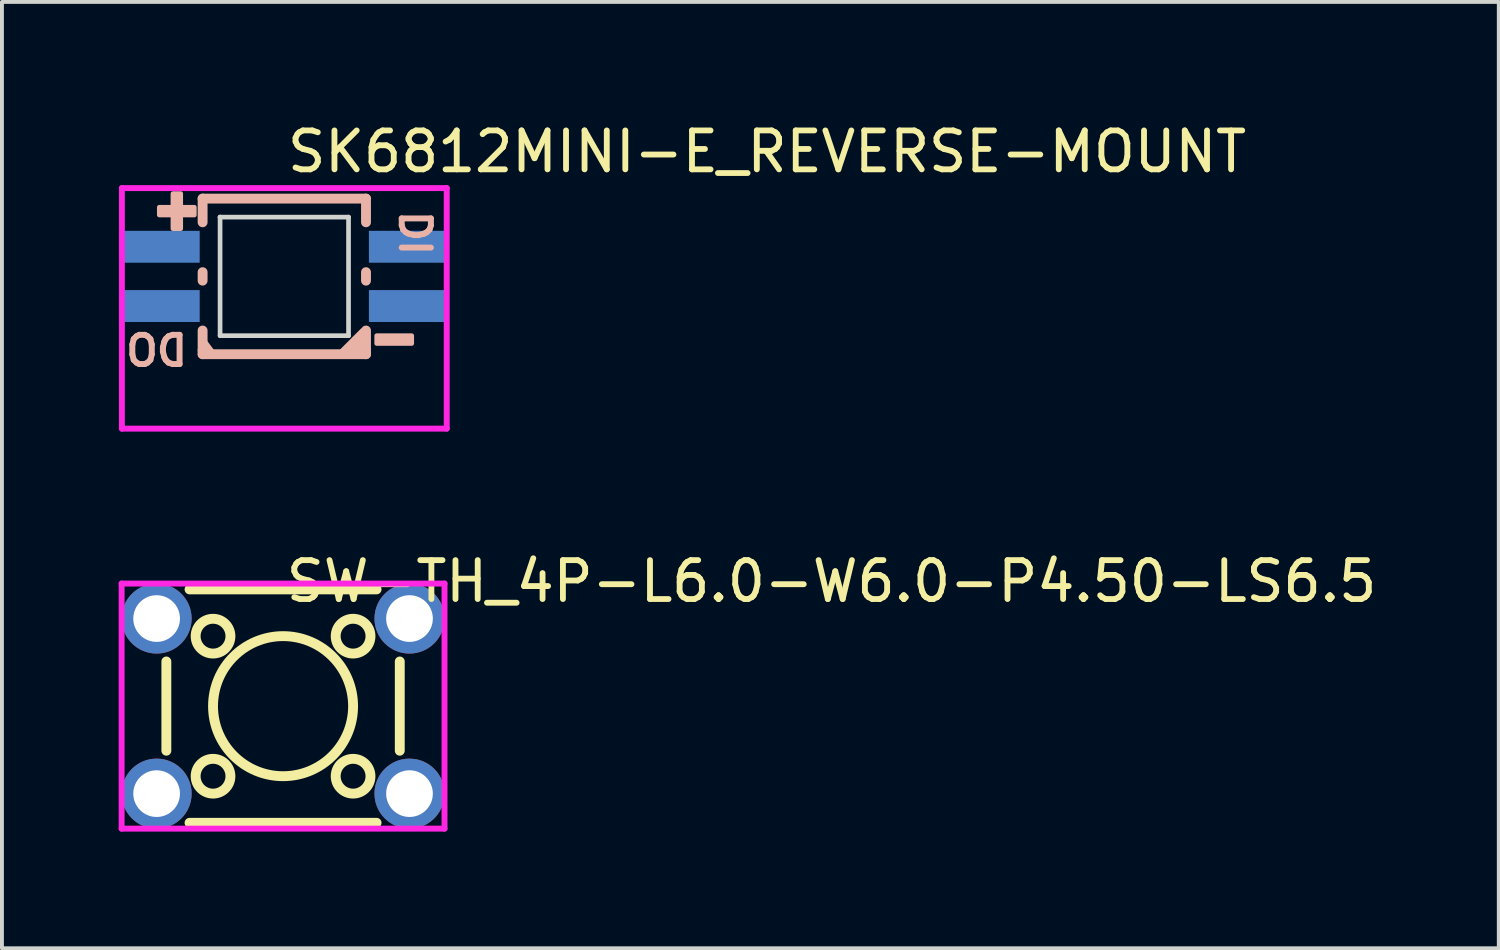
<source format=kicad_pcb>
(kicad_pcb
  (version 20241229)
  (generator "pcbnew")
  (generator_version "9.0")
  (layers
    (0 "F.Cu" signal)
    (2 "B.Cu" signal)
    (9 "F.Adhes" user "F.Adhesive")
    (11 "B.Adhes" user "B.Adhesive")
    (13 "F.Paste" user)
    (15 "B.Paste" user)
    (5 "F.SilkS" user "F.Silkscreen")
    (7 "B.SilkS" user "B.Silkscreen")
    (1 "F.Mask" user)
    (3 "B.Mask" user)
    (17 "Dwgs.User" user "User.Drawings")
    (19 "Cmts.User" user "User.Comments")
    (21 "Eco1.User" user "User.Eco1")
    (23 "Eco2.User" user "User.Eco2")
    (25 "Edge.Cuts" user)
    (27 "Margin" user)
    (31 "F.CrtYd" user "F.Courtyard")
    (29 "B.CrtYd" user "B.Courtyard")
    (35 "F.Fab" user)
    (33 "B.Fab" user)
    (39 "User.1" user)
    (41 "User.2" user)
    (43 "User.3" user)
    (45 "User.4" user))
  (footprint "SW-TH_4P-L6.0-W6.0-P4.50-LS6.5"
    (layer "F.Cu")
    (at 4.226 15.1)
    (property "Reference" "SW-TH_4P-L6.0-W6.0-P4.50-LS6.5" (at 0 -3.207 0) (layer "F.SilkS") (effects (font (size 1 1) (thickness 0.15)) (justify left)))
    (attr through_hole)
    (fp_line (start -3 1.147) (end -3 -1.147) (stroke (width 0.254) (type solid)) (layer "F.SilkS"))
    (fp_line (start -2.404 -3) (end 2.404 -3) (stroke (width 0.254) (type solid)) (layer "F.SilkS"))
    (fp_line (start 2.404 3) (end -2.404 3) (stroke (width 0.254) (type solid)) (layer "F.SilkS"))
    (fp_line (start 3 -1.147) (end 3 1.147) (stroke (width 0.254) (type solid)) (layer "F.SilkS"))
    (fp_arc (start -1.353 -1.795) (mid -2.247021 -1.802581) (end -1.352972 -1.799838) (stroke (width 0.254) (type solid)) (layer "F.SilkS"))
    (fp_arc (start -1.353 1.805) (mid -2.247021 1.797419) (end -1.352972 1.800162) (stroke (width 0.254) (type solid)) (layer "F.SilkS"))
    (fp_arc (start 1.8 0.004) (mid -1.800004 -0.001801) (end 1.800004 -0.000399) (stroke (width 0.254) (type solid)) (layer "F.SilkS"))
    (fp_arc (start 2.247 -1.795) (mid 1.352979 -1.802581) (end 2.247028 -1.799838) (stroke (width 0.254) (type solid)) (layer "F.SilkS"))
    (fp_arc (start 2.247 1.805) (mid 1.352979 1.797419) (end 2.247028 1.800162) (stroke (width 0.254) (type solid)) (layer "F.SilkS"))
    (fp_line (start -4.15 -3.15) (end 4.15 -3.15) (stroke (width 0.152) (type solid)) (layer "F.CrtYd"))
    (fp_line (start -4.15 3.15) (end -4.15 -3.15) (stroke (width 0.152) (type solid)) (layer "F.CrtYd"))
    (fp_line (start 4.15 -3.15) (end 4.15 3.15) (stroke (width 0.152) (type solid)) (layer "F.CrtYd"))
    (fp_line (start 4.15 3.15) (end -4.15 3.15) (stroke (width 0.152) (type solid)) (layer "F.CrtYd"))
    (pad "1" thru_hole circle (at -3.25 -2.25) (size 1.8 1.8) (drill oval 1.2) (layers "*.Cu" "*.Mask"))
    (pad "2" thru_hole circle (at 3.25 -2.25) (size 1.8 1.8) (drill oval 1.2) (layers "*.Cu" "*.Mask"))
    (pad "3" thru_hole circle (at -3.25 2.25) (size 1.8 1.8) (drill oval 1.2) (layers "*.Cu" "*.Mask"))
    (pad "4" thru_hole circle (at 3.25 2.25) (size 1.8 1.8) (drill oval 1.2) (layers "*.Cu" "*.Mask")))
  (footprint "SK6812MINI-E_REVERSE-MOUNT"
    (layer "F.Cu")
    (at 4.258 4.055)
    (property "Reference" "SK6812MINI-E_REVERSE-MOUNT" (at 0 -3.207 0) (layer "F.SilkS") (effects (font (size 1 1) (thickness 0.15)) (justify left)))
    (attr through_hole)
    (fp_line (start -2.1 -2) (end -2.1 -1.391) (stroke (width 0.254) (type solid)) (layer "B.SilkS"))
    (fp_line (start -2.1 -2) (end 2.1 -2) (stroke (width 0.254) (type solid)) (layer "B.SilkS"))
    (fp_line (start -2.1 -0.109) (end -2.1 0.109) (stroke (width 0.254) (type solid)) (layer "B.SilkS"))
    (fp_line (start -2.1 1.391) (end -2.1 1.9) (stroke (width 0.254) (type solid)) (layer "B.SilkS"))
    (fp_line (start -2.1 1.9) (end -2.1 2) (stroke (width 0.254) (type solid)) (layer "B.SilkS"))
    (fp_line (start 2.1 -2) (end 2.1 -1.391) (stroke (width 0.254) (type solid)) (layer "B.SilkS"))
    (fp_line (start 2.1 -0.109) (end 2.1 0.109) (stroke (width 0.254) (type solid)) (layer "B.SilkS"))
    (fp_line (start 2.1 1.391) (end 2.1 1.9) (stroke (width 0.254) (type solid)) (layer "B.SilkS"))
    (fp_line (start 2.1 1.9) (end 2.1 2) (stroke (width 0.254) (type solid)) (layer "B.SilkS"))
    (fp_line (start 2.1 2) (end -2.1 2) (stroke (width 0.254) (type solid)) (layer "B.SilkS"))
    (fp_poly (pts (xy -2.1 1.6) (xy -2.1 2) (xy -1.8 2) (xy -2.1 1.6)) (stroke (width 0.12) (type solid)) (fill yes) (layer "B.SilkS"))
    (fp_poly (pts (xy 2.1 1.391) (xy 2.006 1.391) (xy 1.397 2) (xy 2.1 2) (xy 2.1 1.391)) (stroke (width 0.12) (type solid)) (fill yes) (layer "B.SilkS"))
    (fp_poly (pts (xy -2.663 -1.328) (xy -2.663 -2.128) (xy -2.863 -2.128) (xy -2.863 -1.228) (xy -2.763 -1.228) (xy -2.663 -1.228) (xy -2.663 -1.328)) (stroke (width 0.12) (type solid)) (fill yes) (layer "B.SilkS"))
    (fp_poly (pts (xy -2.413 -1.778) (xy -3.213 -1.778) (xy -3.213 -1.578) (xy -2.313 -1.578) (xy -2.313 -1.678) (xy -2.313 -1.778) (xy -2.413 -1.778)) (stroke (width 0.12) (type solid)) (fill yes) (layer "B.SilkS"))
    (fp_poly (pts (xy 3.175 1.524) (xy 2.375 1.524) (xy 2.375 1.724) (xy 3.275 1.724) (xy 3.275 1.624) (xy 3.275 1.524) (xy 3.175 1.524)) (stroke (width 0.12) (type solid)) (fill yes) (layer "B.SilkS"))
    (fp_line (start -1.651 -1.524) (end -1.651 -1.524) (stroke (width 0.12) (type solid)) (layer "Edge.Cuts"))
    (fp_line (start -1.651 -1.524) (end -1.651 1.524) (stroke (width 0.12) (type solid)) (layer "Edge.Cuts"))
    (fp_line (start -1.651 1.524) (end 1.651 1.524) (stroke (width 0.12) (type solid)) (layer "Edge.Cuts"))
    (fp_line (start 1.651 -1.524) (end -1.651 -1.524) (stroke (width 0.12) (type solid)) (layer "Edge.Cuts"))
    (fp_line (start 1.651 1.524) (end 1.651 -1.524) (stroke (width 0.12) (type solid)) (layer "Edge.Cuts"))
    (fp_line (start -4.175 -2.27) (end 4.175 -2.27) (stroke (width 0.152) (type solid)) (layer "F.CrtYd"))
    (fp_line (start -4.175 3.913) (end -4.175 -2.27) (stroke (width 0.152) (type solid)) (layer "F.CrtYd"))
    (fp_line (start 4.175 -2.27) (end 4.175 3.913) (stroke (width 0.152) (type solid)) (layer "F.CrtYd"))
    (fp_line (start 4.175 3.913) (end -4.175 3.913) (stroke (width 0.152) (type solid)) (layer "F.CrtYd"))
    (fp_text user "DO" (at -2.413 1.913 0) (layer "B.SilkS") (effects (font (size 0.75 0.75) (thickness 0.153)) (justify left mirror)))
    (fp_text user "DI" (at 3.429 -1.77 270) (layer "B.SilkS") (effects (font (size 0.75 0.75) (thickness 0.153)) (justify left mirror)))
    (pad "P$1" smd rect (at -3.175 -0.762) (size 2 0.82) (layers "B.Cu" "B.Mask" "B.Paste"))
    (pad "P$2" smd rect (at -3.175 0.762) (size 2 0.82) (layers "B.Cu" "B.Mask" "B.Paste"))
    (pad "P$3" smd rect (at 3.175 0.762) (size 2 0.82) (layers "B.Cu" "B.Mask" "B.Paste"))
    (pad "P$4" smd rect (at 3.175 -0.762) (size 2 0.82) (layers "B.Cu" "B.Mask" "B.Paste")))
  (gr_rect
    (start -3 -3)
    (end 35.476 21.326)
    (stroke (width 0.1) (type default))
    (fill no)
    (layer "Edge.Cuts")))
</source>
